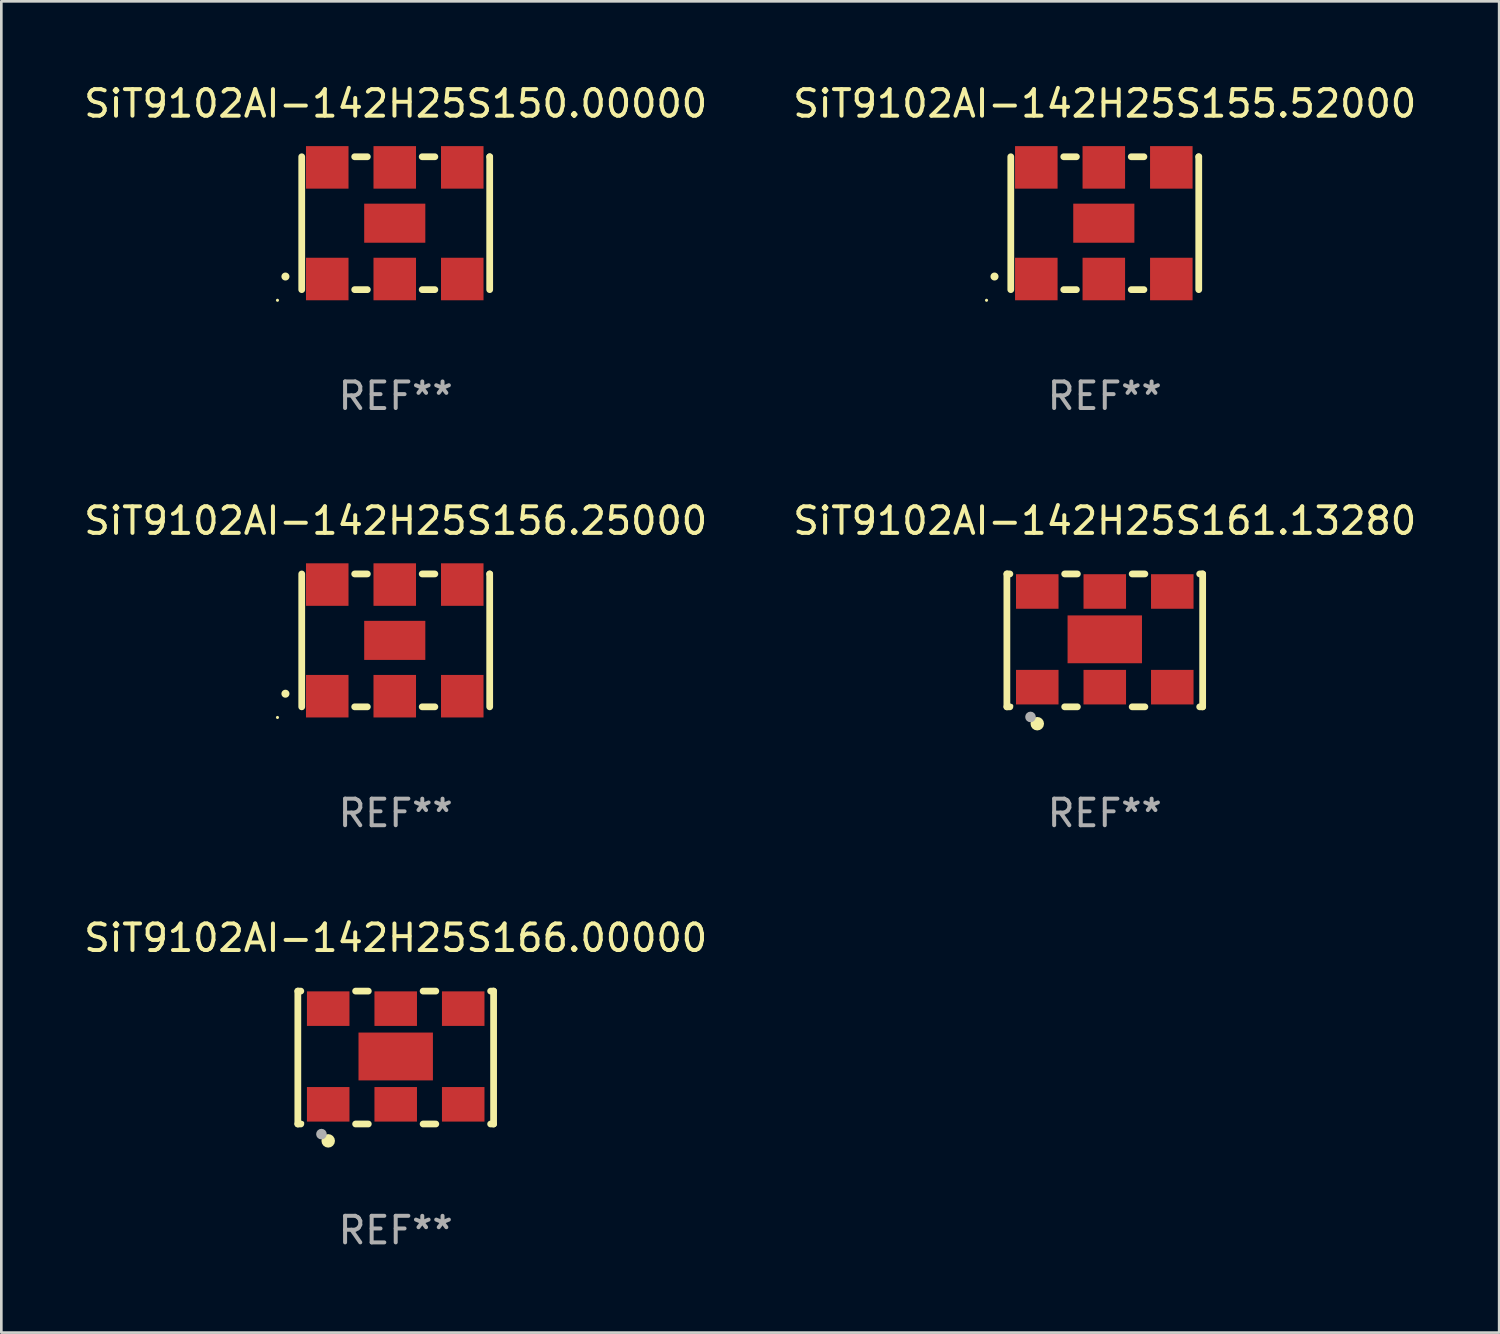
<source format=kicad_pcb>
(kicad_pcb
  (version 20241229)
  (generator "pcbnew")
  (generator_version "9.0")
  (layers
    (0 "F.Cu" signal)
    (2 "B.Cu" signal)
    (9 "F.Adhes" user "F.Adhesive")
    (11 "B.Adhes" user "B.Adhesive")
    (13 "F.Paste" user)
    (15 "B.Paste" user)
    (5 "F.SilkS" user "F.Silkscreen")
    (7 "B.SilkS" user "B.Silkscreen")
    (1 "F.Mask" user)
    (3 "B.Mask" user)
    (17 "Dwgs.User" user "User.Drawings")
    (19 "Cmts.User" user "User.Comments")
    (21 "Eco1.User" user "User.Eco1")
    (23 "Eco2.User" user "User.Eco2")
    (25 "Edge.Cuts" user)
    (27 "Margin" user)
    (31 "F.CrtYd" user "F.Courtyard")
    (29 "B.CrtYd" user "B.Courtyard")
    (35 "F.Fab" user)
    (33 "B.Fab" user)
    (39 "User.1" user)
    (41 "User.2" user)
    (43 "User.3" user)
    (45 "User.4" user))
  (footprint "SiT9102AI-142H25S150.00000"
    (layer "F.Cu")
    (at 11.839 5.348)
    (property "Reference" "SiT9102AI-142H25S150.00000" (at 0 -4.5 0) (layer "F.SilkS") (effects (font (size 1 1) (thickness 0.15))))
    (attr through_hole)
    (fp_line (start -3.536 -2.5) (end -3.536 2.5) (stroke (width 0.254) (type solid)) (layer "F.SilkS"))
    (fp_line (start -1.544 2.5) (end -1.067 2.5) (stroke (width 0.254) (type solid)) (layer "F.SilkS"))
    (fp_line (start -1.067 -2.5) (end -1.544 -2.5) (stroke (width 0.254) (type solid)) (layer "F.SilkS"))
    (fp_line (start 0.996 2.5) (end 1.473 2.5) (stroke (width 0.254) (type solid)) (layer "F.SilkS"))
    (fp_line (start 1.473 -2.5) (end 0.996 -2.5) (stroke (width 0.254) (type solid)) (layer "F.SilkS"))
    (fp_line (start 3.536 -2.5) (end 3.536 -2.5) (stroke (width 0.254) (type solid)) (layer "F.SilkS"))
    (fp_line (start 3.536 2.5) (end 3.536 -2.5) (stroke (width 0.254) (type solid)) (layer "F.SilkS"))
    (fp_arc (start -4.150432 2.006604) (mid -4.149162 2.006599) (end -4.147892 2.006604) (stroke (width 0.3) (type solid)) (layer "F.SilkS"))
    (fp_circle (center -4.449 2.9) (end -4.419 2.9) (stroke (width 0.06) (type solid)) (fill no) (layer "F.SilkS"))
    (fp_text user "REF**" (at 0 6.5 0) (layer "F.Fab") (effects (font (size 1 1) (thickness 0.15))))
    (pad "1" smd rect (at -2.576 2.1) (size 1.6 1.6) (layers "F.Cu" "F.Mask" "F.Paste"))
    (pad "2" smd rect (at -0.036 2.1) (size 1.6 1.6) (layers "F.Cu" "F.Mask" "F.Paste"))
    (pad "3" smd rect (at 2.504 2.1) (size 1.6 1.6) (layers "F.Cu" "F.Mask" "F.Paste"))
    (pad "4" smd rect (at 2.504 -2.1) (size 1.6 1.6) (layers "F.Cu" "F.Mask" "F.Paste"))
    (pad "5" smd rect (at -0.036 -2.1) (size 1.6 1.6) (layers "F.Cu" "F.Mask" "F.Paste"))
    (pad "6" smd rect (at -2.576 -2.1) (size 1.6 1.6) (layers "F.Cu" "F.Mask" "F.Paste"))
    (pad "7" smd rect (at -0.036 0) (size 2.3 1.47) (layers "F.Cu" "F.Mask" "F.Paste")))
  (footprint "SiT9102AI-142H25S155.52000"
    (layer "F.Cu")
    (at 38.518 5.348)
    (property "Reference" "SiT9102AI-142H25S155.52000" (at 0 -4.5 0) (layer "F.SilkS") (effects (font (size 1 1) (thickness 0.15))))
    (attr through_hole)
    (fp_line (start -3.536 -2.5) (end -3.536 2.5) (stroke (width 0.254) (type solid)) (layer "F.SilkS"))
    (fp_line (start -1.544 2.5) (end -1.067 2.5) (stroke (width 0.254) (type solid)) (layer "F.SilkS"))
    (fp_line (start -1.067 -2.5) (end -1.544 -2.5) (stroke (width 0.254) (type solid)) (layer "F.SilkS"))
    (fp_line (start 0.996 2.5) (end 1.473 2.5) (stroke (width 0.254) (type solid)) (layer "F.SilkS"))
    (fp_line (start 1.473 -2.5) (end 0.996 -2.5) (stroke (width 0.254) (type solid)) (layer "F.SilkS"))
    (fp_line (start 3.536 -2.5) (end 3.536 -2.5) (stroke (width 0.254) (type solid)) (layer "F.SilkS"))
    (fp_line (start 3.536 2.5) (end 3.536 -2.5) (stroke (width 0.254) (type solid)) (layer "F.SilkS"))
    (fp_arc (start -4.150432 2.006604) (mid -4.149162 2.006599) (end -4.147892 2.006604) (stroke (width 0.3) (type solid)) (layer "F.SilkS"))
    (fp_circle (center -4.449 2.9) (end -4.419 2.9) (stroke (width 0.06) (type solid)) (fill no) (layer "F.SilkS"))
    (fp_text user "REF**" (at 0 6.5 0) (layer "F.Fab") (effects (font (size 1 1) (thickness 0.15))))
    (pad "1" smd rect (at -2.576 2.1) (size 1.6 1.6) (layers "F.Cu" "F.Mask" "F.Paste"))
    (pad "2" smd rect (at -0.036 2.1) (size 1.6 1.6) (layers "F.Cu" "F.Mask" "F.Paste"))
    (pad "3" smd rect (at 2.504 2.1) (size 1.6 1.6) (layers "F.Cu" "F.Mask" "F.Paste"))
    (pad "4" smd rect (at 2.504 -2.1) (size 1.6 1.6) (layers "F.Cu" "F.Mask" "F.Paste"))
    (pad "5" smd rect (at -0.036 -2.1) (size 1.6 1.6) (layers "F.Cu" "F.Mask" "F.Paste"))
    (pad "6" smd rect (at -2.576 -2.1) (size 1.6 1.6) (layers "F.Cu" "F.Mask" "F.Paste"))
    (pad "7" smd rect (at -0.036 0) (size 2.3 1.47) (layers "F.Cu" "F.Mask" "F.Paste")))
  (footprint "SiT9102AI-142H25S166.00000"
    (layer "F.Cu")
    (at 11.839 36.741)
    (property "Reference" "SiT9102AI-142H25S166.00000" (at 0 -4.5 0) (layer "F.SilkS") (effects (font (size 1 1) (thickness 0.15))))
    (attr through_hole)
    (fp_line (start -3.683 -2.5) (end -3.571 -2.5) (stroke (width 0.254) (type solid)) (layer "F.SilkS"))
    (fp_line (start -3.683 2.5) (end -3.683 -2.5) (stroke (width 0.254) (type solid)) (layer "F.SilkS"))
    (fp_line (start -3.683 2.5) (end -3.571 2.5) (stroke (width 0.254) (type solid)) (layer "F.SilkS"))
    (fp_line (start -1.509 -2.5) (end -1.031 -2.5) (stroke (width 0.254) (type solid)) (layer "F.SilkS"))
    (fp_line (start -1.509 2.5) (end -1.031 2.5) (stroke (width 0.254) (type solid)) (layer "F.SilkS"))
    (fp_line (start 1.031 -2.5) (end 1.509 -2.5) (stroke (width 0.254) (type solid)) (layer "F.SilkS"))
    (fp_line (start 1.031 2.5) (end 1.509 2.5) (stroke (width 0.254) (type solid)) (layer "F.SilkS"))
    (fp_line (start 3.571 -2.5) (end 3.683 -2.5) (stroke (width 0.254) (type solid)) (layer "F.SilkS"))
    (fp_line (start 3.571 2.5) (end 3.683 2.5) (stroke (width 0.254) (type solid)) (layer "F.SilkS"))
    (fp_line (start 3.683 2.5) (end 3.683 -2.5) (stroke (width 0.254) (type solid)) (layer "F.SilkS"))
    (fp_circle (center -3.5 2.46) (end -3.47 2.46) (stroke (width 0.06) (type solid)) (fill no) (layer "F.SilkS"))
    (fp_circle (center -2.54 3.135) (end -2.413 3.135) (stroke (width 0.254) (type solid)) (fill no) (layer "F.SilkS"))
    (fp_circle (center -2.794 2.881) (end -2.694 2.881) (stroke (width 0.2) (type solid)) (fill no) (layer "F.Fab"))
    (fp_text user "REF**" (at 0 6.5 0) (layer "F.Fab") (effects (font (size 1 1) (thickness 0.15))))
    (pad "1" smd rect (at -2.54 1.76) (size 1.6 1.3) (layers "F.Cu" "F.Mask" "F.Paste"))
    (pad "2" smd rect (at 0 1.76) (size 1.6 1.3) (layers "F.Cu" "F.Mask" "F.Paste"))
    (pad "3" smd rect (at 2.54 1.76) (size 1.6 1.3) (layers "F.Cu" "F.Mask" "F.Paste"))
    (pad "4" smd rect (at 2.54 -1.84) (size 1.6 1.3) (layers "F.Cu" "F.Mask" "F.Paste"))
    (pad "5" smd rect (at 0 -1.84) (size 1.6 1.3) (layers "F.Cu" "F.Mask" "F.Paste"))
    (pad "6" smd rect (at -2.54 -1.84) (size 1.6 1.3) (layers "F.Cu" "F.Mask" "F.Paste"))
    (pad "7" smd rect (at 0 -0.04) (size 2.8 1.8) (layers "F.Cu" "F.Mask" "F.Paste")))
  (footprint "SiT9102AI-142H25S156.25000"
    (layer "F.Cu")
    (at 11.839 21.045)
    (property "Reference" "SiT9102AI-142H25S156.25000" (at 0 -4.5 0) (layer "F.SilkS") (effects (font (size 1 1) (thickness 0.15))))
    (attr through_hole)
    (fp_line (start -3.536 -2.5) (end -3.536 2.5) (stroke (width 0.254) (type solid)) (layer "F.SilkS"))
    (fp_line (start -1.544 2.5) (end -1.067 2.5) (stroke (width 0.254) (type solid)) (layer "F.SilkS"))
    (fp_line (start -1.067 -2.5) (end -1.544 -2.5) (stroke (width 0.254) (type solid)) (layer "F.SilkS"))
    (fp_line (start 0.996 2.5) (end 1.473 2.5) (stroke (width 0.254) (type solid)) (layer "F.SilkS"))
    (fp_line (start 1.473 -2.5) (end 0.996 -2.5) (stroke (width 0.254) (type solid)) (layer "F.SilkS"))
    (fp_line (start 3.536 -2.5) (end 3.536 -2.5) (stroke (width 0.254) (type solid)) (layer "F.SilkS"))
    (fp_line (start 3.536 2.5) (end 3.536 -2.5) (stroke (width 0.254) (type solid)) (layer "F.SilkS"))
    (fp_arc (start -4.150432 2.006604) (mid -4.149162 2.006599) (end -4.147892 2.006604) (stroke (width 0.3) (type solid)) (layer "F.SilkS"))
    (fp_circle (center -4.449 2.9) (end -4.419 2.9) (stroke (width 0.06) (type solid)) (fill no) (layer "F.SilkS"))
    (fp_text user "REF**" (at 0 6.5 0) (layer "F.Fab") (effects (font (size 1 1) (thickness 0.15))))
    (pad "1" smd rect (at -2.576 2.1) (size 1.6 1.6) (layers "F.Cu" "F.Mask" "F.Paste"))
    (pad "2" smd rect (at -0.036 2.1) (size 1.6 1.6) (layers "F.Cu" "F.Mask" "F.Paste"))
    (pad "3" smd rect (at 2.504 2.1) (size 1.6 1.6) (layers "F.Cu" "F.Mask" "F.Paste"))
    (pad "4" smd rect (at 2.504 -2.1) (size 1.6 1.6) (layers "F.Cu" "F.Mask" "F.Paste"))
    (pad "5" smd rect (at -0.036 -2.1) (size 1.6 1.6) (layers "F.Cu" "F.Mask" "F.Paste"))
    (pad "6" smd rect (at -2.576 -2.1) (size 1.6 1.6) (layers "F.Cu" "F.Mask" "F.Paste"))
    (pad "7" smd rect (at -0.036 0) (size 2.3 1.47) (layers "F.Cu" "F.Mask" "F.Paste")))
  (footprint "SiT9102AI-142H25S161.13280"
    (layer "F.Cu")
    (at 38.518 21.045)
    (property "Reference" "SiT9102AI-142H25S161.13280" (at 0 -4.5 0) (layer "F.SilkS") (effects (font (size 1 1) (thickness 0.15))))
    (attr through_hole)
    (fp_line (start -3.683 -2.5) (end -3.571 -2.5) (stroke (width 0.254) (type solid)) (layer "F.SilkS"))
    (fp_line (start -3.683 2.5) (end -3.683 -2.5) (stroke (width 0.254) (type solid)) (layer "F.SilkS"))
    (fp_line (start -3.683 2.5) (end -3.571 2.5) (stroke (width 0.254) (type solid)) (layer "F.SilkS"))
    (fp_line (start -1.509 -2.5) (end -1.031 -2.5) (stroke (width 0.254) (type solid)) (layer "F.SilkS"))
    (fp_line (start -1.509 2.5) (end -1.031 2.5) (stroke (width 0.254) (type solid)) (layer "F.SilkS"))
    (fp_line (start 1.031 -2.5) (end 1.509 -2.5) (stroke (width 0.254) (type solid)) (layer "F.SilkS"))
    (fp_line (start 1.031 2.5) (end 1.509 2.5) (stroke (width 0.254) (type solid)) (layer "F.SilkS"))
    (fp_line (start 3.571 -2.5) (end 3.683 -2.5) (stroke (width 0.254) (type solid)) (layer "F.SilkS"))
    (fp_line (start 3.571 2.5) (end 3.683 2.5) (stroke (width 0.254) (type solid)) (layer "F.SilkS"))
    (fp_line (start 3.683 2.5) (end 3.683 -2.5) (stroke (width 0.254) (type solid)) (layer "F.SilkS"))
    (fp_circle (center -3.5 2.46) (end -3.47 2.46) (stroke (width 0.06) (type solid)) (fill no) (layer "F.SilkS"))
    (fp_circle (center -2.54 3.135) (end -2.413 3.135) (stroke (width 0.254) (type solid)) (fill no) (layer "F.SilkS"))
    (fp_circle (center -2.794 2.881) (end -2.694 2.881) (stroke (width 0.2) (type solid)) (fill no) (layer "F.Fab"))
    (fp_text user "REF**" (at 0 6.5 0) (layer "F.Fab") (effects (font (size 1 1) (thickness 0.15))))
    (pad "1" smd rect (at -2.54 1.76) (size 1.6 1.3) (layers "F.Cu" "F.Mask" "F.Paste"))
    (pad "2" smd rect (at 0 1.76) (size 1.6 1.3) (layers "F.Cu" "F.Mask" "F.Paste"))
    (pad "3" smd rect (at 2.54 1.76) (size 1.6 1.3) (layers "F.Cu" "F.Mask" "F.Paste"))
    (pad "4" smd rect (at 2.54 -1.84) (size 1.6 1.3) (layers "F.Cu" "F.Mask" "F.Paste"))
    (pad "5" smd rect (at 0 -1.84) (size 1.6 1.3) (layers "F.Cu" "F.Mask" "F.Paste"))
    (pad "6" smd rect (at -2.54 -1.84) (size 1.6 1.3) (layers "F.Cu" "F.Mask" "F.Paste"))
    (pad "7" smd rect (at 0 -0.04) (size 2.8 1.8) (layers "F.Cu" "F.Mask" "F.Paste")))
  (gr_rect
    (start -3 -3)
    (end 53.357 47.09)
    (stroke (width 0.1) (type default))
    (fill no)
    (layer "Edge.Cuts")))
</source>
